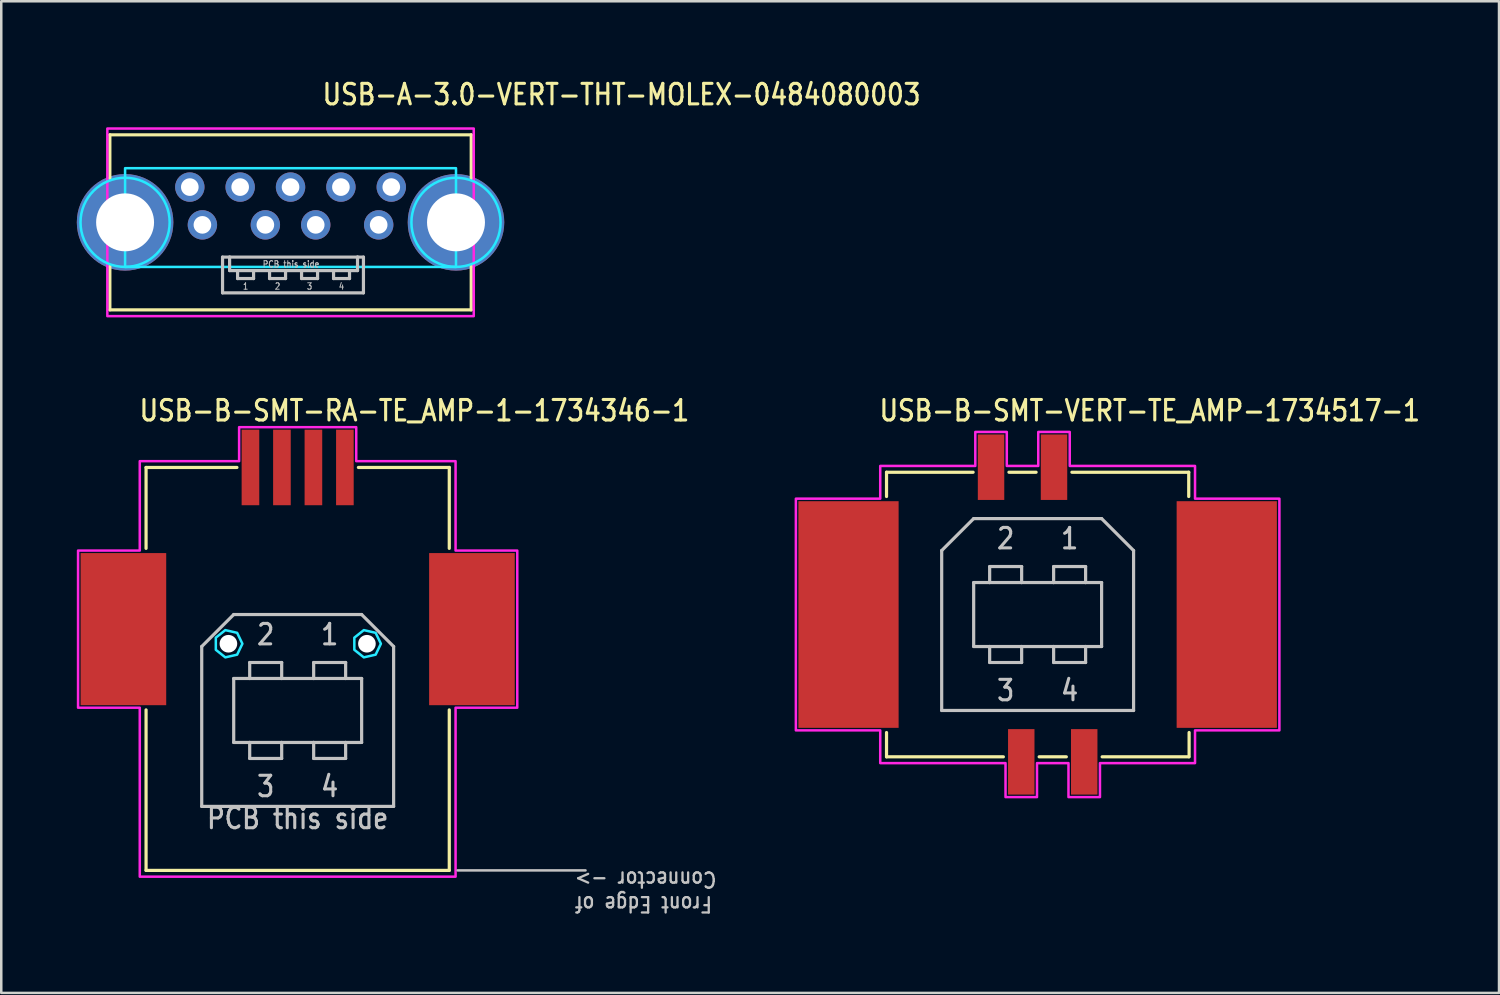
<source format=kicad_pcb>
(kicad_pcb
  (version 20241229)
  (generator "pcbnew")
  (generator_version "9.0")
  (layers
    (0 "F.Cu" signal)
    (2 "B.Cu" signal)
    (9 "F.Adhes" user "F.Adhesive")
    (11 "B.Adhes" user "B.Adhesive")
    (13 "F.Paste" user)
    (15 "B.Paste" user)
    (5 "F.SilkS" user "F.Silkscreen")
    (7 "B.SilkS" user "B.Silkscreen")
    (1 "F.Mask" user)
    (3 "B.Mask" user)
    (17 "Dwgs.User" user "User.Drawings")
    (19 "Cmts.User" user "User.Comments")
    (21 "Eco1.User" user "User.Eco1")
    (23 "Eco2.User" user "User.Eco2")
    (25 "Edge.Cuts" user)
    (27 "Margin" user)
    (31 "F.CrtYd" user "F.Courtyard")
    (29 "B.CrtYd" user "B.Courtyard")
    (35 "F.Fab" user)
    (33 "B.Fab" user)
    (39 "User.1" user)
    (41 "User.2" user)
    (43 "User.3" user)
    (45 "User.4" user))
  (footprint "USB-B-SMT-RA-TE_AMP-1-1734346-1"
    (layer "F.Cu")
    (at 8.77 31.512)
    (property "Reference" "USB-B-SMT-RA-TE_AMP-1-1734346-1" (at -6.35 -17.78 0) (unlocked yes) (layer "F.SilkS") (effects (font (size 0.813 0.695) (thickness 0.122)) (justify left bottom)))
    (fp_line (start -6.02 -16) (end -2.412 -16) (stroke (width 0.127) (type solid)) (layer "F.SilkS"))
    (fp_line (start -6.02 -12.787) (end -6.02 -16) (stroke (width 0.127) (type solid)) (layer "F.SilkS"))
    (fp_line (start -6.02 0) (end -6.02 -6.373) (stroke (width 0.127) (type solid)) (layer "F.SilkS"))
    (fp_line (start 2.412 -16) (end 6.02 -16) (stroke (width 0.127) (type solid)) (layer "F.SilkS"))
    (fp_line (start 6.02 -16) (end 6.02 -12.787) (stroke (width 0.127) (type solid)) (layer "F.SilkS"))
    (fp_line (start 6.02 -6.373) (end 6.02 0) (stroke (width 0.127) (type solid)) (layer "F.SilkS"))
    (fp_line (start 6.02 0) (end -6.02 0) (stroke (width 0.127) (type solid)) (layer "F.SilkS"))
    (fp_line (start -3.81 -8.89) (end -3.81 -2.54) (stroke (width 0.127) (type solid)) (layer "Dwgs.User"))
    (fp_line (start -3.81 -2.54) (end 3.81 -2.54) (stroke (width 0.127) (type solid)) (layer "Dwgs.User"))
    (fp_line (start -2.54 -10.16) (end -3.81 -8.89) (stroke (width 0.127) (type solid)) (layer "Dwgs.User"))
    (fp_line (start -2.54 -7.62) (end -1.905 -7.62) (stroke (width 0.127) (type solid)) (layer "Dwgs.User"))
    (fp_line (start -2.54 -5.08) (end -2.54 -7.62) (stroke (width 0.127) (type solid)) (layer "Dwgs.User"))
    (fp_line (start -1.905 -8.255) (end -1.905 -7.62) (stroke (width 0.127) (type solid)) (layer "Dwgs.User"))
    (fp_line (start -1.905 -7.62) (end -0.635 -7.62) (stroke (width 0.127) (type solid)) (layer "Dwgs.User"))
    (fp_line (start -1.905 -5.08) (end -2.54 -5.08) (stroke (width 0.127) (type solid)) (layer "Dwgs.User"))
    (fp_line (start -1.905 -4.445) (end -1.905 -5.08) (stroke (width 0.127) (type solid)) (layer "Dwgs.User"))
    (fp_line (start -0.635 -8.255) (end -1.905 -8.255) (stroke (width 0.127) (type solid)) (layer "Dwgs.User"))
    (fp_line (start -0.635 -7.62) (end -0.635 -8.255) (stroke (width 0.127) (type solid)) (layer "Dwgs.User"))
    (fp_line (start -0.635 -7.62) (end 0.635 -7.62) (stroke (width 0.127) (type solid)) (layer "Dwgs.User"))
    (fp_line (start -0.635 -5.08) (end -1.905 -5.08) (stroke (width 0.127) (type solid)) (layer "Dwgs.User"))
    (fp_line (start -0.635 -5.08) (end -0.635 -4.445) (stroke (width 0.127) (type solid)) (layer "Dwgs.User"))
    (fp_line (start -0.635 -4.445) (end -1.905 -4.445) (stroke (width 0.127) (type solid)) (layer "Dwgs.User"))
    (fp_line (start 0.635 -8.255) (end 0.635 -7.62) (stroke (width 0.127) (type solid)) (layer "Dwgs.User"))
    (fp_line (start 0.635 -7.62) (end 1.905 -7.62) (stroke (width 0.127) (type solid)) (layer "Dwgs.User"))
    (fp_line (start 0.635 -5.08) (end -0.635 -5.08) (stroke (width 0.127) (type solid)) (layer "Dwgs.User"))
    (fp_line (start 0.635 -4.445) (end 0.635 -5.08) (stroke (width 0.127) (type solid)) (layer "Dwgs.User"))
    (fp_line (start 1.905 -8.255) (end 0.635 -8.255) (stroke (width 0.127) (type solid)) (layer "Dwgs.User"))
    (fp_line (start 1.905 -7.62) (end 1.905 -8.255) (stroke (width 0.127) (type solid)) (layer "Dwgs.User"))
    (fp_line (start 1.905 -7.62) (end 2.54 -7.62) (stroke (width 0.127) (type solid)) (layer "Dwgs.User"))
    (fp_line (start 1.905 -5.08) (end 0.635 -5.08) (stroke (width 0.127) (type solid)) (layer "Dwgs.User"))
    (fp_line (start 1.905 -5.08) (end 1.905 -4.445) (stroke (width 0.127) (type solid)) (layer "Dwgs.User"))
    (fp_line (start 1.905 -4.445) (end 0.635 -4.445) (stroke (width 0.127) (type solid)) (layer "Dwgs.User"))
    (fp_line (start 2.54 -10.16) (end -2.54 -10.16) (stroke (width 0.127) (type solid)) (layer "Dwgs.User"))
    (fp_line (start 2.54 -7.62) (end 2.54 -5.08) (stroke (width 0.127) (type solid)) (layer "Dwgs.User"))
    (fp_line (start 2.54 -5.08) (end 1.905 -5.08) (stroke (width 0.127) (type solid)) (layer "Dwgs.User"))
    (fp_line (start 3.81 -8.89) (end 2.54 -10.16) (stroke (width 0.127) (type solid)) (layer "Dwgs.User"))
    (fp_line (start 3.81 -2.54) (end 3.81 -8.89) (stroke (width 0.127) (type solid)) (layer "Dwgs.User"))
    (fp_line (start 6.35 0) (end 11.43 0) (stroke (width 0.1) (type solid)) (layer "Dwgs.User"))
    (fp_poly (pts (xy -2.195 -9) (xy -2.404 -9.434) (xy -2.873 -9.541) (xy -3.25 -9.241) (xy -3.25 -8.759) (xy -2.873 -8.459) (xy -2.404 -8.566)) (stroke (width 0.1) (type solid)) (fill no) (layer "B.CrtYd"))
    (fp_poly (pts (xy 3.305 -9) (xy 3.096 -9.434) (xy 2.627 -9.541) (xy 2.25 -9.241) (xy 2.25 -8.759) (xy 2.627 -8.459) (xy 3.096 -8.566)) (stroke (width 0.1) (type solid)) (fill no) (layer "B.CrtYd"))
    (fp_poly (pts (xy -6.27 -6.46) (xy -8.72 -6.46) (xy -8.72 -12.7) (xy -6.27 -12.7) (xy -6.27 -16.25) (xy -2.325 -16.25) (xy -2.325 -17.6) (xy 2.325 -17.6) (xy 2.325 -16.25) (xy 6.27 -16.25) (xy 6.27 -12.7) (xy 8.72 -12.7) (xy 8.72 -6.46) (xy 6.27 -6.46) (xy 6.27 0.25) (xy -6.27 0.25)) (stroke (width 0.1) (type solid)) (fill no) (layer "F.CrtYd"))
    (fp_text user "Front Edge of  \nConnector ->  " (at 10.16 0 180) (unlocked yes) (layer "Dwgs.User") (effects (font (size 0.61 0.521) (thickness 0.091)) (justify right bottom)))
    (fp_text user "PCB this side" (at 0 -2.54 0) (unlocked yes) (layer "Dwgs.User") (effects (font (size 0.813 0.695) (thickness 0.122)) (justify top)))
    (fp_text user "4" (at 1.27 -3.81 0) (unlocked yes) (layer "Dwgs.User") (effects (font (size 0.813 0.695) (thickness 0.122)) (justify top)))
    (fp_text user "3" (at -1.27 -3.81 0) (unlocked yes) (layer "Dwgs.User") (effects (font (size 0.813 0.695) (thickness 0.122)) (justify top)))
    (fp_text user "1" (at 1.27 -8.89 0) (unlocked yes) (layer "Dwgs.User") (effects (font (size 0.813 0.695) (thickness 0.122)) (justify bottom)))
    (fp_text user "2" (at -1.27 -8.89 0) (unlocked yes) (layer "Dwgs.User") (effects (font (size 0.813 0.695) (thickness 0.122)) (justify bottom)))
    (pad "" np_thru_hole circle (at -2.75 -9) (size 0.7 0.7) (drill 0.7) (layers "*.Cu" "*.Mask"))
    (pad "" np_thru_hole circle (at 2.75 -9) (size 0.7 0.7) (drill 0.7) (layers "*.Cu" "*.Mask"))
    (pad "1" smd rect (at 1.875 -16) (size 0.7 3) (layers "F.Cu" "F.Mask" "F.Paste"))
    (pad "2" smd rect (at 0.625 -16) (size 0.7 3) (layers "F.Cu" "F.Mask" "F.Paste"))
    (pad "3" smd rect (at -0.625 -16) (size 0.7 3) (layers "F.Cu" "F.Mask" "F.Paste"))
    (pad "4" smd rect (at -1.875 -16) (size 0.7 3) (layers "F.Cu" "F.Mask" "F.Paste"))
    (pad "SHELL1" smd rect (at 6.92 -9.58) (size 3.4 6.04) (layers "F.Cu" "F.Mask" "F.Paste"))
    (pad "SHELL2" smd rect (at -6.92 -9.58) (size 3.4 6.04) (layers "F.Cu" "F.Mask" "F.Paste")))
  (footprint "USB-B-SMT-VERT-TE_AMP-1734517-1"
    (layer "F.Cu")
    (at 38.153 21.352)
    (property "Reference" "USB-B-SMT-VERT-TE_AMP-1734517-1" (at -6.35 -7.62 0) (unlocked yes) (layer "F.SilkS") (effects (font (size 0.813 0.695) (thickness 0.122)) (justify left bottom)))
    (fp_line (start -6 -5.65) (end -2.562 -5.65) (stroke (width 0.127) (type solid)) (layer "F.SilkS"))
    (fp_line (start -6 -4.686) (end -6 -5.65) (stroke (width 0.127) (type solid)) (layer "F.SilkS"))
    (fp_line (start -6 4.686) (end -6 5.65) (stroke (width 0.127) (type solid)) (layer "F.SilkS"))
    (fp_line (start -6 5.65) (end -1.361 5.65) (stroke (width 0.127) (type solid)) (layer "F.SilkS"))
    (fp_line (start -1.139 -5.65) (end -0.061 -5.65) (stroke (width 0.127) (type solid)) (layer "F.SilkS"))
    (fp_line (start 0.061 5.65) (end 1.139 5.65) (stroke (width 0.127) (type solid)) (layer "F.SilkS"))
    (fp_line (start 1.361 -5.65) (end 6 -5.65) (stroke (width 0.127) (type solid)) (layer "F.SilkS"))
    (fp_line (start 2.562 5.65) (end 6 5.65) (stroke (width 0.127) (type solid)) (layer "F.SilkS"))
    (fp_line (start 6 -5.65) (end 6 -4.686) (stroke (width 0.127) (type solid)) (layer "F.SilkS"))
    (fp_line (start 6.015 5.65) (end 6.015 4.686) (stroke (width 0.127) (type solid)) (layer "F.SilkS"))
    (fp_line (start -3.81 -2.54) (end -3.81 3.81) (stroke (width 0.127) (type solid)) (layer "Dwgs.User"))
    (fp_line (start -3.81 3.81) (end 3.81 3.81) (stroke (width 0.127) (type solid)) (layer "Dwgs.User"))
    (fp_line (start -2.54 -3.81) (end -3.81 -2.54) (stroke (width 0.127) (type solid)) (layer "Dwgs.User"))
    (fp_line (start -2.54 -1.27) (end -1.905 -1.27) (stroke (width 0.127) (type solid)) (layer "Dwgs.User"))
    (fp_line (start -2.54 1.27) (end -2.54 -1.27) (stroke (width 0.127) (type solid)) (layer "Dwgs.User"))
    (fp_line (start -1.905 -1.905) (end -1.905 -1.27) (stroke (width 0.127) (type solid)) (layer "Dwgs.User"))
    (fp_line (start -1.905 -1.27) (end -0.635 -1.27) (stroke (width 0.127) (type solid)) (layer "Dwgs.User"))
    (fp_line (start -1.905 1.27) (end -2.54 1.27) (stroke (width 0.127) (type solid)) (layer "Dwgs.User"))
    (fp_line (start -1.905 1.905) (end -1.905 1.27) (stroke (width 0.127) (type solid)) (layer "Dwgs.User"))
    (fp_line (start -0.635 -1.905) (end -1.905 -1.905) (stroke (width 0.127) (type solid)) (layer "Dwgs.User"))
    (fp_line (start -0.635 -1.27) (end -0.635 -1.905) (stroke (width 0.127) (type solid)) (layer "Dwgs.User"))
    (fp_line (start -0.635 -1.27) (end 0.635 -1.27) (stroke (width 0.127) (type solid)) (layer "Dwgs.User"))
    (fp_line (start -0.635 1.27) (end -1.905 1.27) (stroke (width 0.127) (type solid)) (layer "Dwgs.User"))
    (fp_line (start -0.635 1.27) (end -0.635 1.905) (stroke (width 0.127) (type solid)) (layer "Dwgs.User"))
    (fp_line (start -0.635 1.905) (end -1.905 1.905) (stroke (width 0.127) (type solid)) (layer "Dwgs.User"))
    (fp_line (start 0.635 -1.905) (end 0.635 -1.27) (stroke (width 0.127) (type solid)) (layer "Dwgs.User"))
    (fp_line (start 0.635 -1.27) (end 1.905 -1.27) (stroke (width 0.127) (type solid)) (layer "Dwgs.User"))
    (fp_line (start 0.635 1.27) (end -0.635 1.27) (stroke (width 0.127) (type solid)) (layer "Dwgs.User"))
    (fp_line (start 0.635 1.905) (end 0.635 1.27) (stroke (width 0.127) (type solid)) (layer "Dwgs.User"))
    (fp_line (start 1.905 -1.905) (end 0.635 -1.905) (stroke (width 0.127) (type solid)) (layer "Dwgs.User"))
    (fp_line (start 1.905 -1.27) (end 1.905 -1.905) (stroke (width 0.127) (type solid)) (layer "Dwgs.User"))
    (fp_line (start 1.905 -1.27) (end 2.54 -1.27) (stroke (width 0.127) (type solid)) (layer "Dwgs.User"))
    (fp_line (start 1.905 1.27) (end 0.635 1.27) (stroke (width 0.127) (type solid)) (layer "Dwgs.User"))
    (fp_line (start 1.905 1.27) (end 1.905 1.905) (stroke (width 0.127) (type solid)) (layer "Dwgs.User"))
    (fp_line (start 1.905 1.905) (end 0.635 1.905) (stroke (width 0.127) (type solid)) (layer "Dwgs.User"))
    (fp_line (start 2.54 -3.81) (end -2.54 -3.81) (stroke (width 0.127) (type solid)) (layer "Dwgs.User"))
    (fp_line (start 2.54 -1.27) (end 2.54 1.27) (stroke (width 0.127) (type solid)) (layer "Dwgs.User"))
    (fp_line (start 2.54 1.27) (end 1.905 1.27) (stroke (width 0.127) (type solid)) (layer "Dwgs.User"))
    (fp_line (start 3.81 -2.54) (end 2.54 -3.81) (stroke (width 0.127) (type solid)) (layer "Dwgs.User"))
    (fp_line (start 3.81 3.81) (end 3.81 -2.54) (stroke (width 0.127) (type solid)) (layer "Dwgs.User"))
    (fp_poly (pts (xy -9.6 4.6) (xy -9.6 -4.6) (xy -6.25 -4.6) (xy -6.25 -5.9) (xy -2.475 -5.9) (xy -2.475 -7.25) (xy -1.225 -7.25) (xy -1.225 -5.9) (xy 0.025 -5.9) (xy 0.025 -7.25) (xy 1.275 -7.25) (xy 1.275 -5.9) (xy 6.25 -5.9) (xy 6.25 -4.6) (xy 9.6 -4.6) (xy 9.6 4.6) (xy 6.25 4.6) (xy 6.25 5.9) (xy 2.475 5.9) (xy 2.475 7.25) (xy 1.225 7.25) (xy 1.225 5.9) (xy -0.025 5.9) (xy -0.025 7.25) (xy -1.275 7.25) (xy -1.275 5.9) (xy -6.25 5.9) (xy -6.25 4.6)) (stroke (width 0.1) (type solid)) (fill no) (layer "F.CrtYd"))
    (fp_text user "1" (at 1.27 -2.54 0) (unlocked yes) (layer "Dwgs.User") (effects (font (size 0.813 0.695) (thickness 0.122)) (justify bottom)))
    (fp_text user "2" (at -1.27 -2.54 0) (unlocked yes) (layer "Dwgs.User") (effects (font (size 0.813 0.695) (thickness 0.122)) (justify bottom)))
    (fp_text user "4" (at 1.27 2.54 0) (unlocked yes) (layer "Dwgs.User") (effects (font (size 0.813 0.695) (thickness 0.122)) (justify top)))
    (fp_text user "3" (at -1.27 2.54 0) (unlocked yes) (layer "Dwgs.User") (effects (font (size 0.813 0.695) (thickness 0.122)) (justify top)))
    (pad "1" smd rect (at 0.65 -5.85) (size 1.05 2.6) (layers "F.Cu" "F.Mask" "F.Paste"))
    (pad "2" smd rect (at -1.85 -5.85) (size 1.05 2.6) (layers "F.Cu" "F.Mask" "F.Paste"))
    (pad "3" smd rect (at -0.65 5.85) (size 1.05 2.6) (layers "F.Cu" "F.Mask" "F.Paste"))
    (pad "4" smd rect (at 1.85 5.85) (size 1.05 2.6) (layers "F.Cu" "F.Mask" "F.Paste"))
    (pad "SHELL1" smd rect (at 7.51 0) (size 3.98 9) (layers "F.Cu" "F.Mask" "F.Paste"))
    (pad "SHELL2" smd rect (at -7.51 0) (size 3.98 9) (layers "F.Cu" "F.Mask" "F.Paste")))
  (footprint "USB-A-3.0-VERT-THT-MOLEX-0484080003"
    (layer "F.Cu")
    (at 8.487 5.779)
    (property "Reference" "USB-A-3.0-VERT-THT-MOLEX-0484080003" (at 1.2 -4.6 0) (unlocked yes) (layer "F.SilkS") (effects (font (size 0.813 0.695) (thickness 0.122)) (justify left bottom)))
    (fp_line (start -7.175 -3.475) (end -7.175 -1.742) (stroke (width 0.127) (type solid)) (layer "F.SilkS"))
    (fp_line (start -7.175 -3.475) (end 7.175 -3.475) (stroke (width 0.127) (type solid)) (layer "F.SilkS"))
    (fp_line (start -7.175 3.475) (end -7.175 1.742) (stroke (width 0.127) (type solid)) (layer "F.SilkS"))
    (fp_line (start 7.175 -3.475) (end 7.175 -1.742) (stroke (width 0.127) (type solid)) (layer "F.SilkS"))
    (fp_line (start 7.175 3.475) (end -7.175 3.475) (stroke (width 0.127) (type solid)) (layer "F.SilkS"))
    (fp_line (start 7.175 3.475) (end 7.175 1.742) (stroke (width 0.127) (type solid)) (layer "F.SilkS"))
    (fp_line (start -2.7 1.38) (end -2.42 1.38) (stroke (width 0.127) (type solid)) (layer "Dwgs.User"))
    (fp_line (start -2.7 2.8) (end -2.7 1.38) (stroke (width 0.127) (type solid)) (layer "Dwgs.User"))
    (fp_line (start -2.42 1.38) (end -2.42 1.915) (stroke (width 0.127) (type solid)) (layer "Dwgs.User"))
    (fp_line (start -2.42 1.38) (end 2.66 1.38) (stroke (width 0.127) (type solid)) (layer "Dwgs.User"))
    (fp_line (start -2.42 1.915) (end -2.103 1.915) (stroke (width 0.127) (type solid)) (layer "Dwgs.User"))
    (fp_line (start -2.103 1.915) (end -2.103 2.232) (stroke (width 0.127) (type solid)) (layer "Dwgs.User"))
    (fp_line (start -2.103 1.915) (end -1.468 1.915) (stroke (width 0.127) (type solid)) (layer "Dwgs.User"))
    (fp_line (start -2.103 2.232) (end -1.468 2.232) (stroke (width 0.127) (type solid)) (layer "Dwgs.User"))
    (fp_line (start -1.468 1.915) (end -0.833 1.915) (stroke (width 0.127) (type solid)) (layer "Dwgs.User"))
    (fp_line (start -1.468 2.232) (end -1.468 1.915) (stroke (width 0.127) (type solid)) (layer "Dwgs.User"))
    (fp_line (start -0.833 1.915) (end -0.833 2.232) (stroke (width 0.127) (type solid)) (layer "Dwgs.User"))
    (fp_line (start -0.833 1.915) (end -0.198 1.915) (stroke (width 0.127) (type solid)) (layer "Dwgs.User"))
    (fp_line (start -0.833 2.232) (end -0.198 2.232) (stroke (width 0.127) (type solid)) (layer "Dwgs.User"))
    (fp_line (start -0.198 1.915) (end 0.438 1.915) (stroke (width 0.127) (type solid)) (layer "Dwgs.User"))
    (fp_line (start -0.198 2.232) (end -0.198 1.915) (stroke (width 0.127) (type solid)) (layer "Dwgs.User"))
    (fp_line (start 0.438 1.915) (end 0.438 2.232) (stroke (width 0.127) (type solid)) (layer "Dwgs.User"))
    (fp_line (start 0.438 1.915) (end 1.073 1.915) (stroke (width 0.127) (type solid)) (layer "Dwgs.User"))
    (fp_line (start 0.438 2.232) (end 1.073 2.232) (stroke (width 0.127) (type solid)) (layer "Dwgs.User"))
    (fp_line (start 1.073 1.915) (end 1.708 1.915) (stroke (width 0.127) (type solid)) (layer "Dwgs.User"))
    (fp_line (start 1.073 2.232) (end 1.073 1.915) (stroke (width 0.127) (type solid)) (layer "Dwgs.User"))
    (fp_line (start 1.708 1.915) (end 1.708 2.232) (stroke (width 0.127) (type solid)) (layer "Dwgs.User"))
    (fp_line (start 1.708 1.915) (end 2.342 1.915) (stroke (width 0.127) (type solid)) (layer "Dwgs.User"))
    (fp_line (start 1.708 2.232) (end 2.342 2.232) (stroke (width 0.127) (type solid)) (layer "Dwgs.User"))
    (fp_line (start 2.342 1.915) (end 2.66 1.915) (stroke (width 0.127) (type solid)) (layer "Dwgs.User"))
    (fp_line (start 2.342 2.232) (end 2.342 1.915) (stroke (width 0.127) (type solid)) (layer "Dwgs.User"))
    (fp_line (start 2.66 1.38) (end 2.895 1.38) (stroke (width 0.127) (type solid)) (layer "Dwgs.User"))
    (fp_line (start 2.66 1.915) (end 2.66 1.38) (stroke (width 0.127) (type solid)) (layer "Dwgs.User"))
    (fp_line (start 2.895 1.38) (end 2.895 2.8) (stroke (width 0.127) (type solid)) (layer "Dwgs.User"))
    (fp_line (start 2.895 2.8) (end -2.7 2.8) (stroke (width 0.127) (type solid)) (layer "Dwgs.User"))
    (fp_circle (center -6.57 0) (end -6.57 1.77) (stroke (width 0.1) (type solid)) (fill no) (layer "B.CrtYd"))
    (fp_circle (center 6.57 0) (end 6.57 -1.77) (stroke (width 0.1) (type solid)) (fill no) (layer "B.CrtYd"))
    (fp_poly (pts (xy -6.57 -2.15) (xy 6.57 -2.15) (xy 6.57 -1.77) (xy 6.57 1.77) (xy -6.57 1.77) (xy -6.57 -1.77)) (stroke (width 0.1) (type solid)) (fill no) (layer "B.CrtYd"))
    (fp_poly (pts (xy -7.275 -3.725) (xy 7.275 -3.725) (xy 7.275 -1.62) (xy 7.275 1.62) (xy 7.275 3.725) (xy -7.275 3.725) (xy -7.275 1.62) (xy -7.275 -1.62)) (stroke (width 0.1) (type solid)) (fill no) (layer "F.CrtYd"))
    (fp_text user "1" (at -1.785 2.391 0) (unlocked yes) (layer "Dwgs.User") (effects (font (size 0.254 0.217) (thickness 0.038)) (justify top)))
    (fp_text user "2" (at -0.515 2.391 0) (unlocked yes) (layer "Dwgs.User") (effects (font (size 0.254 0.217) (thickness 0.038)) (justify top)))
    (fp_text user "3" (at 0.755 2.391 0) (unlocked yes) (layer "Dwgs.User") (effects (font (size 0.254 0.217) (thickness 0.038)) (justify top)))
    (fp_text user "PCB this side" (at 0.02 1.512 0) (unlocked yes) (layer "Dwgs.User") (effects (font (size 0.254 0.217) (thickness 0.038)) (justify top)))
    (fp_text user "4" (at 2.025 2.391 0) (unlocked yes) (layer "Dwgs.User") (effects (font (size 0.254 0.217) (thickness 0.038)) (justify top)))
    (pad "1" thru_hole oval (at -3.5 0.1) (size 1.167 1.167) (drill 0.7) (layers "*.Cu" "*.Mask"))
    (pad "2" thru_hole oval (at -1 0.1) (size 1.167 1.167) (drill 0.7) (layers "*.Cu" "*.Mask"))
    (pad "3" thru_hole oval (at 1 0.1) (size 1.167 1.167) (drill 0.7) (layers "*.Cu" "*.Mask"))
    (pad "4" thru_hole oval (at 3.5 0.1) (size 1.167 1.167) (drill 0.7) (layers "*.Cu" "*.Mask"))
    (pad "5" thru_hole oval (at 4 -1.4) (size 1.167 1.167) (drill 0.7) (layers "*.Cu" "*.Mask"))
    (pad "6" thru_hole oval (at 2 -1.4) (size 1.167 1.167) (drill 0.7) (layers "*.Cu" "*.Mask"))
    (pad "7" thru_hole oval (at 0 -1.4) (size 1.167 1.167) (drill 0.7) (layers "*.Cu" "*.Mask"))
    (pad "8" thru_hole oval (at -2 -1.4) (size 1.167 1.167) (drill 0.7) (layers "*.Cu" "*.Mask"))
    (pad "9" thru_hole oval (at -4 -1.4) (size 1.167 1.167) (drill 0.7) (layers "*.Cu" "*.Mask"))
    (pad "S_1" thru_hole oval (at -6.57 0) (size 3.833 3.833) (drill 2.3) (layers "*.Cu" "*.Mask"))
    (pad "S_2" thru_hole oval (at 6.57 0) (size 3.833 3.833) (drill 2.3) (layers "*.Cu" "*.Mask")))
  (gr_rect
    (start -3 -3)
    (end 56.474 36.377)
    (stroke (width 0.1) (type default))
    (fill no)
    (layer "Edge.Cuts")))
</source>
